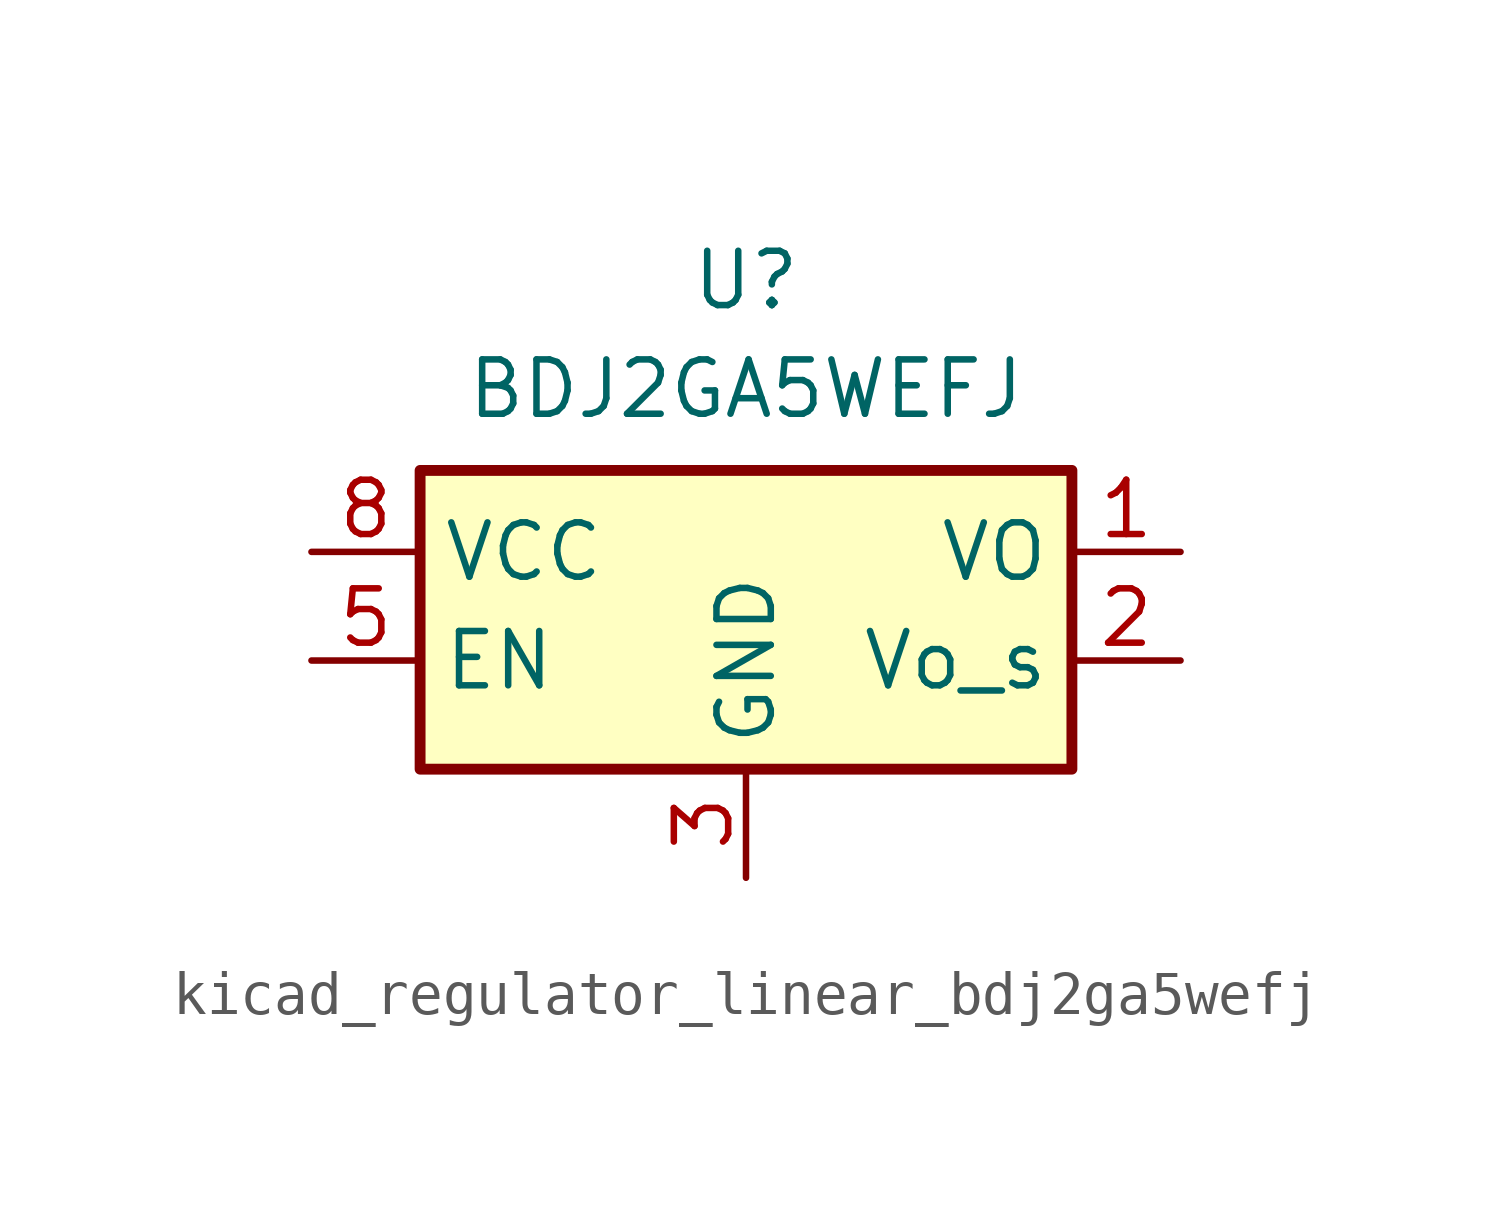
<source format=kicad_sym>
(kicad_symbol_lib
  (version 20220914)
  (generator kicad_symbol_editor)
  (symbol "kicad_regulator_linear_bdj2ga5wefj"
    (property "Reference" "U"
      (at 0 6.35 0)
      (effects (font (size 1.27 1.27))))
    (property "Value" "BDJ2GA5WEFJ"
      (at 0 3.81 0)
      (effects (font (size 1.27 1.27))))
    (symbol "kicad_regulator_linear_bdj2ga5wefj_1_1"
      (rectangle (start -7.62 -5.08) (end 7.62 1.905) (stroke (width 0.254) (type default)) (fill (type background)))
      (pin power_out line (at 10.16 0 180) (length 2.54) (name "VO" (effects (font (size 1.27 1.27)))) (number "1" (effects (font (size 1.27 1.27)))))
      (pin input line (at 10.16 -2.54 180) (length 2.54) (name "Vo_s" (effects (font (size 1.27 1.27)))) (number "2" (effects (font (size 1.27 1.27)))))
      (pin power_in line (at 0 -7.62 90) (length 2.54) (name "GND" (effects (font (size 1.27 1.27)))) (number "3" (effects (font (size 1.27 1.27)))))
      (pin passive line (at 0 -7.62 90) (length 2.54) hide (name "GND" (effects (font (size 1.27 1.27)))) (number "4" (effects (font (size 1.27 1.27)))))
      (pin input line (at -10.16 -2.54 0) (length 2.54) (name "EN" (effects (font (size 1.27 1.27)))) (number "5" (effects (font (size 1.27 1.27)))))
      (pin passive line (at 0 -7.62 90) (length 2.54) hide (name "GND" (effects (font (size 1.27 1.27)))) (number "6" (effects (font (size 1.27 1.27)))))
      (pin passive line (at 0 -7.62 90) (length 2.54) hide (name "GND" (effects (font (size 1.27 1.27)))) (number "7" (effects (font (size 1.27 1.27)))))
      (pin power_in line (at -10.16 0 0) (length 2.54) (name "VCC" (effects (font (size 1.27 1.27)))) (number "8" (effects (font (size 1.27 1.27)))))
      (pin passive line (at 0 -7.62 90) (length 2.54) hide (name "GND" (effects (font (size 1.27 1.27)))) (number "9" (effects (font (size 1.27 1.27))))))))
</source>
